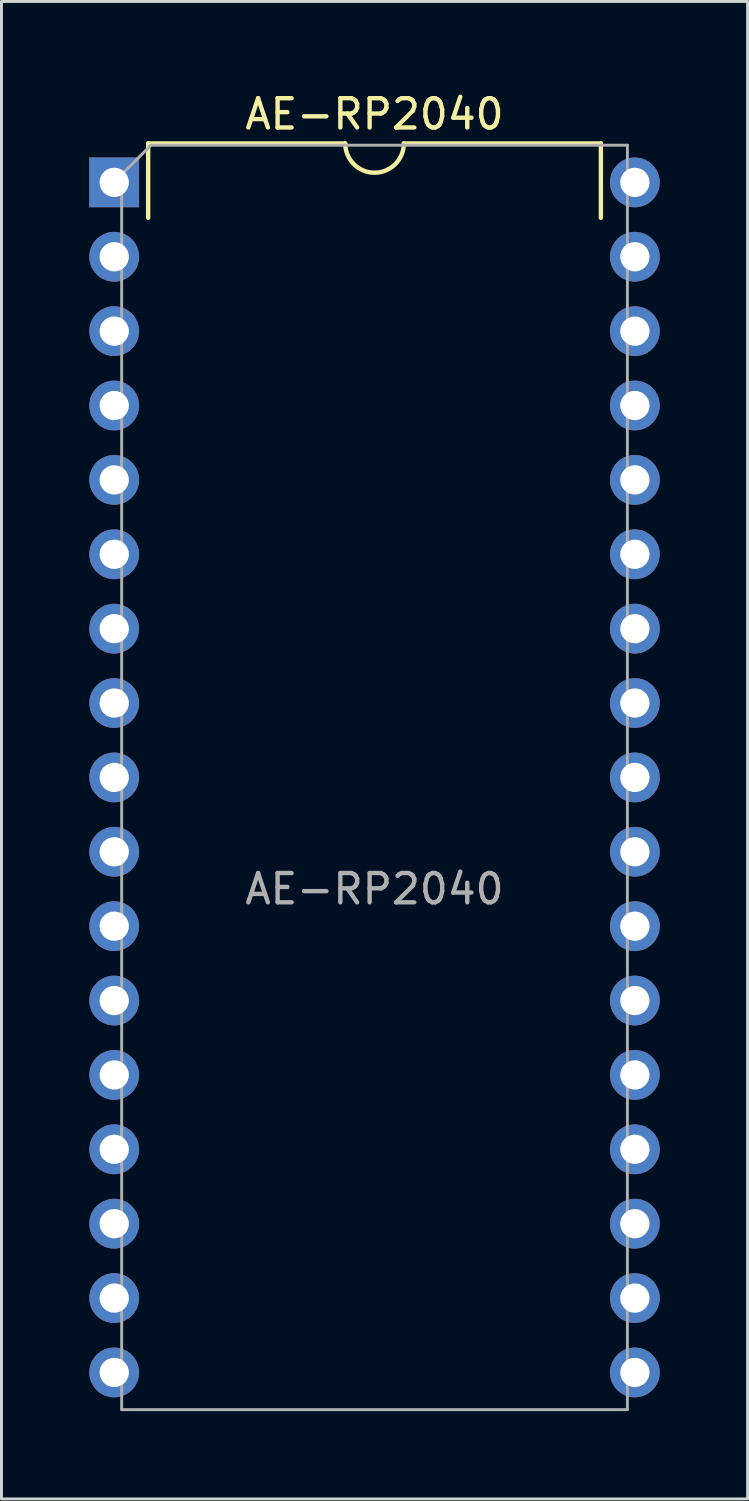
<source format=kicad_pcb>
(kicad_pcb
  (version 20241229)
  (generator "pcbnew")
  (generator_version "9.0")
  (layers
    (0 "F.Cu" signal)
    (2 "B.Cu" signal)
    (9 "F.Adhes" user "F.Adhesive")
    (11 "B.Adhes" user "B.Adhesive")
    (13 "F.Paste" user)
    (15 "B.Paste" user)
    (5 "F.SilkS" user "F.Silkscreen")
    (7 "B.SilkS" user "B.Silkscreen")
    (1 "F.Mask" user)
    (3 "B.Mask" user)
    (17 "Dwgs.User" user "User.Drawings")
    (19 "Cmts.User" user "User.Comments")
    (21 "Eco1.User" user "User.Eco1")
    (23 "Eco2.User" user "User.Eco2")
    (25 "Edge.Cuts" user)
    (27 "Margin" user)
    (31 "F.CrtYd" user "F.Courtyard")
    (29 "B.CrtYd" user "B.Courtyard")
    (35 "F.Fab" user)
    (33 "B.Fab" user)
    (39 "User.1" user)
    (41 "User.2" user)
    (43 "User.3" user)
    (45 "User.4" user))
  (footprint "AE-RP2040"
    (layer "F.Cu")
    (at 0.85 3.178)
    (property "Reference" "AE-RP2040" (at 8.89 -2.33 0) (layer "F.SilkS") (effects (font (size 1 1) (thickness 0.15))))
    (attr through_hole)
    (fp_line (start 1.16 -1.33) (end 1.16 1.21) (stroke (width 0.15) (type solid)) (layer "F.SilkS"))
    (fp_line (start 7.89 -1.33) (end 1.16 -1.33) (stroke (width 0.15) (type solid)) (layer "F.SilkS"))
    (fp_line (start 16.62 -1.33) (end 9.89 -1.33) (stroke (width 0.15) (type solid)) (layer "F.SilkS"))
    (fp_line (start 16.62 1.21) (end 16.62 -1.33) (stroke (width 0.15) (type solid)) (layer "F.SilkS"))
    (fp_arc (start 9.89 -1.33) (mid 8.89 -0.33) (end 7.89 -1.33) (stroke (width 0.15) (type solid)) (layer "F.SilkS"))
    (fp_line (start 0.255 -0.27) (end 1.255 -1.27) (stroke (width 0.1) (type solid)) (layer "F.Fab"))
    (fp_line (start 0.255 41.91) (end 0.255 -0.27) (stroke (width 0.1) (type solid)) (layer "F.Fab"))
    (fp_line (start 1.255 -1.27) (end 17.525 -1.27) (stroke (width 0.1) (type solid)) (layer "F.Fab"))
    (fp_line (start 17.525 -1.27) (end 17.525 41.91) (stroke (width 0.1) (type solid)) (layer "F.Fab"))
    (fp_line (start 17.525 41.91) (end 0.255 41.91) (stroke (width 0.1) (type solid)) (layer "F.Fab"))
    (fp_text user "${REFERENCE}" (at 8.89 24.13 0) (layer "F.Fab") (effects (font (size 1 1) (thickness 0.15))))
    (pad "1" thru_hole rect (at 0 0) (size 1.7 1.7) (drill 1) (layers "*.Cu" "*.Mask"))
    (pad "2" thru_hole circle (at 0 2.54) (size 1.7 1.7) (drill 1) (layers "*.Cu" "*.Mask"))
    (pad "3" thru_hole circle (at 0 5.08) (size 1.7 1.7) (drill 1) (layers "*.Cu" "*.Mask"))
    (pad "4" thru_hole circle (at 0 7.62) (size 1.7 1.7) (drill 1) (layers "*.Cu" "*.Mask"))
    (pad "5" thru_hole circle (at 0 10.16) (size 1.7 1.7) (drill 1) (layers "*.Cu" "*.Mask"))
    (pad "6" thru_hole circle (at 0 12.7) (size 1.7 1.7) (drill 1) (layers "*.Cu" "*.Mask"))
    (pad "7" thru_hole circle (at 0 15.24) (size 1.7 1.7) (drill 1) (layers "*.Cu" "*.Mask"))
    (pad "8" thru_hole circle (at 0 17.78) (size 1.7 1.7) (drill 1) (layers "*.Cu" "*.Mask"))
    (pad "9" thru_hole circle (at 0 20.32) (size 1.7 1.7) (drill 1) (layers "*.Cu" "*.Mask"))
    (pad "10" thru_hole circle (at 0 22.86) (size 1.7 1.7) (drill 1) (layers "*.Cu" "*.Mask"))
    (pad "11" thru_hole circle (at 0 25.4) (size 1.7 1.7) (drill 1) (layers "*.Cu" "*.Mask"))
    (pad "12" thru_hole circle (at 0 27.94) (size 1.7 1.7) (drill 1) (layers "*.Cu" "*.Mask"))
    (pad "13" thru_hole circle (at 0 30.48) (size 1.7 1.7) (drill 1) (layers "*.Cu" "*.Mask"))
    (pad "14" thru_hole circle (at 0 33.02) (size 1.7 1.7) (drill 1) (layers "*.Cu" "*.Mask"))
    (pad "15" thru_hole circle (at 0 35.56) (size 1.7 1.7) (drill 1) (layers "*.Cu" "*.Mask"))
    (pad "16" thru_hole circle (at 0 38.1) (size 1.7 1.7) (drill 1) (layers "*.Cu" "*.Mask"))
    (pad "17" thru_hole circle (at 0 40.64) (size 1.7 1.7) (drill 1) (layers "*.Cu" "*.Mask"))
    (pad "18" thru_hole circle (at 17.78 40.64) (size 1.7 1.7) (drill 1) (layers "*.Cu" "*.Mask"))
    (pad "19" thru_hole circle (at 17.78 38.1) (size 1.7 1.7) (drill 1) (layers "*.Cu" "*.Mask"))
    (pad "20" thru_hole circle (at 17.78 35.56) (size 1.7 1.7) (drill 1) (layers "*.Cu" "*.Mask"))
    (pad "21" thru_hole circle (at 17.78 33.02) (size 1.7 1.7) (drill 1) (layers "*.Cu" "*.Mask"))
    (pad "22" thru_hole circle (at 17.78 30.48) (size 1.7 1.7) (drill 1) (layers "*.Cu" "*.Mask"))
    (pad "23" thru_hole circle (at 17.78 27.94) (size 1.7 1.7) (drill 1) (layers "*.Cu" "*.Mask"))
    (pad "24" thru_hole circle (at 17.78 25.4) (size 1.7 1.7) (drill 1) (layers "*.Cu" "*.Mask"))
    (pad "25" thru_hole circle (at 17.78 22.86) (size 1.7 1.7) (drill 1) (layers "*.Cu" "*.Mask"))
    (pad "26" thru_hole circle (at 17.78 20.32) (size 1.7 1.7) (drill 1) (layers "*.Cu" "*.Mask"))
    (pad "27" thru_hole circle (at 17.78 17.78) (size 1.7 1.7) (drill 1) (layers "*.Cu" "*.Mask"))
    (pad "28" thru_hole circle (at 17.78 15.24) (size 1.7 1.7) (drill 1) (layers "*.Cu" "*.Mask"))
    (pad "29" thru_hole circle (at 17.78 12.7) (size 1.7 1.7) (drill 1) (layers "*.Cu" "*.Mask"))
    (pad "30" thru_hole circle (at 17.78 10.16) (size 1.7 1.7) (drill 1) (layers "*.Cu" "*.Mask"))
    (pad "31" thru_hole circle (at 17.78 7.62) (size 1.7 1.7) (drill 1) (layers "*.Cu" "*.Mask"))
    (pad "32" thru_hole circle (at 17.78 5.08) (size 1.7 1.7) (drill 1) (layers "*.Cu" "*.Mask"))
    (pad "33" thru_hole circle (at 17.78 2.54) (size 1.7 1.7) (drill 1) (layers "*.Cu" "*.Mask"))
    (pad "34" thru_hole circle (at 17.78 0) (size 1.7 1.7) (drill 1) (layers "*.Cu" "*.Mask")))
  (gr_rect
    (start -3 -3)
    (end 22.48 48.138)
    (stroke (width 0.1) (type default))
    (fill no)
    (layer "Edge.Cuts")))
</source>
